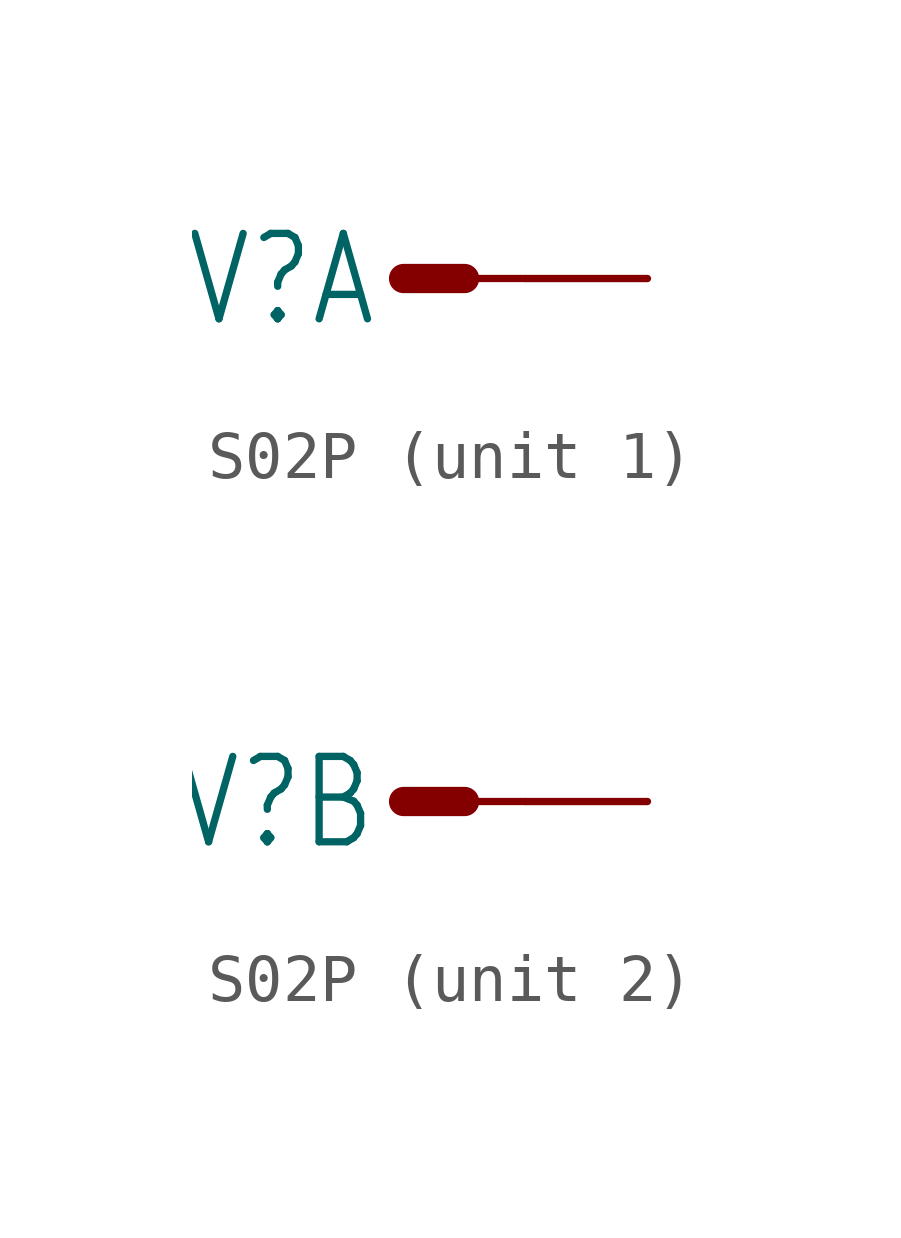
<source format=kicad_sym>
(kicad_symbol_lib
  (version 20220914)
  (generator kicad_symbol_editor)
  (symbol "S02P"
    (property "Reference" "SV"
      (at -0.508 1.016 0)
      (effects (font (size 1.778 1.511)) (justify right top)))
    (property "Value" ""
      (at 0.254 -2.413 0)
      (effects (font (size 1.778 1.511)) (justify left bottom)))
    (property "ki_locked" ""
      (at 0 0 0)
      (effects (font (size 1.27 1.27))))
    (symbol "S02P_1_0"
      (polyline (pts (xy 0 0) (xy 1.27 0)) (stroke (width 0.61) (type solid)) (fill (type none)))
      (polyline (pts (xy 1.27 0) (xy 2.54 0)) (stroke (width 0.152) (type solid)) (fill (type none)))
      (pin passive line (at 5.08 0 180) (length 2.54) (name "S" (effects (font (size 0 0)))) (number "1" (effects (font (size 0 0))))))
    (symbol "S02P_2_0"
      (polyline (pts (xy 0 0) (xy 1.27 0)) (stroke (width 0.61) (type solid)) (fill (type none)))
      (polyline (pts (xy 1.27 0) (xy 2.54 0)) (stroke (width 0.152) (type solid)) (fill (type none)))
      (pin passive line (at 5.08 0 180) (length 2.54) (name "S" (effects (font (size 0 0)))) (number "2" (effects (font (size 0 0))))))))
</source>
